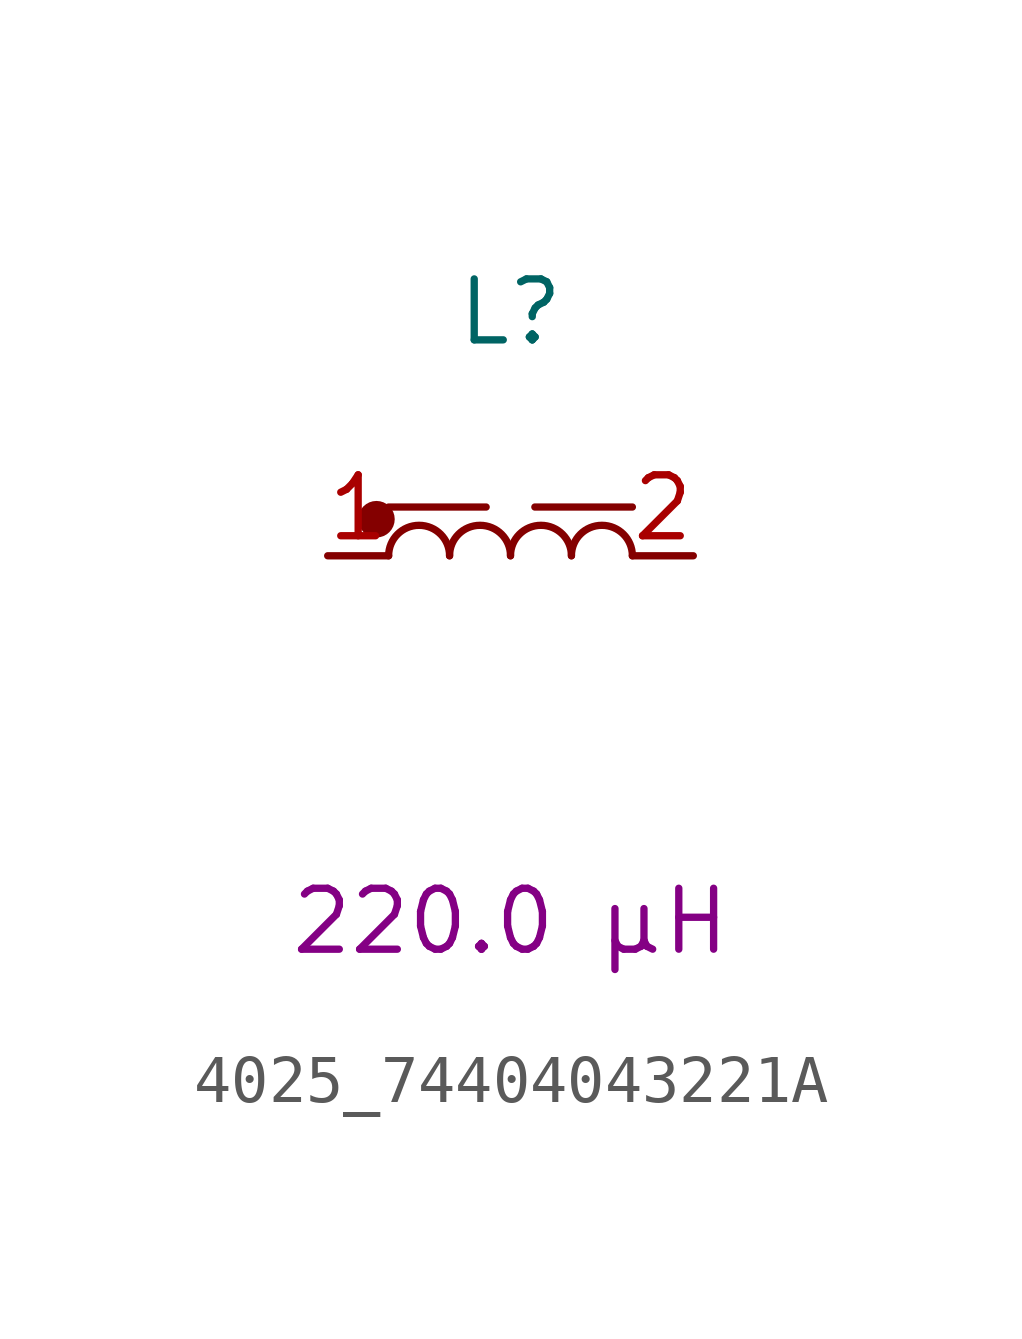
<source format=kicad_sym>
(kicad_symbol_lib
  (version 20220914)
  (generator kicad_symbol_editor)
  (symbol "4025_74404043221A"
    (pin_names hide)
    (property "Reference" "L"
      (at 0 5.08 0)
      (effects (font (size 1.27 1.27))))
    (property "Critical Parameter" "220.0 µH"
      (at 0 -7.62 0)
      (effects (font (size 1.27 1.27))))
    (symbol "4025_74404043221A_0_1"
      (arc (start -1.27 0) (mid -1.905 0.6323) (end -2.54 0) (stroke (width 0) (type default)) (fill (type none)))
      (arc (start 0 0) (mid -0.635 0.6323) (end -1.27 0) (stroke (width 0) (type default)) (fill (type none)))
      (polyline (pts (xy -2.54 1.016) (xy -0.508 1.016)) (stroke (width 0) (type default)) (fill (type none)))
      (arc (start 1.27 0) (mid 0.635 0.6323) (end 0 0) (stroke (width 0) (type default)) (fill (type none)))
      (arc (start 2.54 0) (mid 1.905 0.6323) (end 1.27 0) (stroke (width 0) (type default)) (fill (type none))))
    (symbol "4025_74404043221A_1_1"
      (circle (center -2.794 0.762) (radius 0.0001) (stroke (width 0.381) (type default)) (fill (type none)))
      (polyline (pts (xy 2.54 1.016) (xy 0.508 1.016)) (stroke (width 0) (type default)) (fill (type none)))
      (pin passive line (at -3.81 0 0) (length 1.27) (name "1" (effects (font (size 1.27 1.27)))) (number "1" (effects (font (size 1.27 1.27)))))
      (pin passive line (at 3.81 0 180) (length 1.27) (name "2" (effects (font (size 1.27 1.27)))) (number "2" (effects (font (size 1.27 1.27))))))))
</source>
